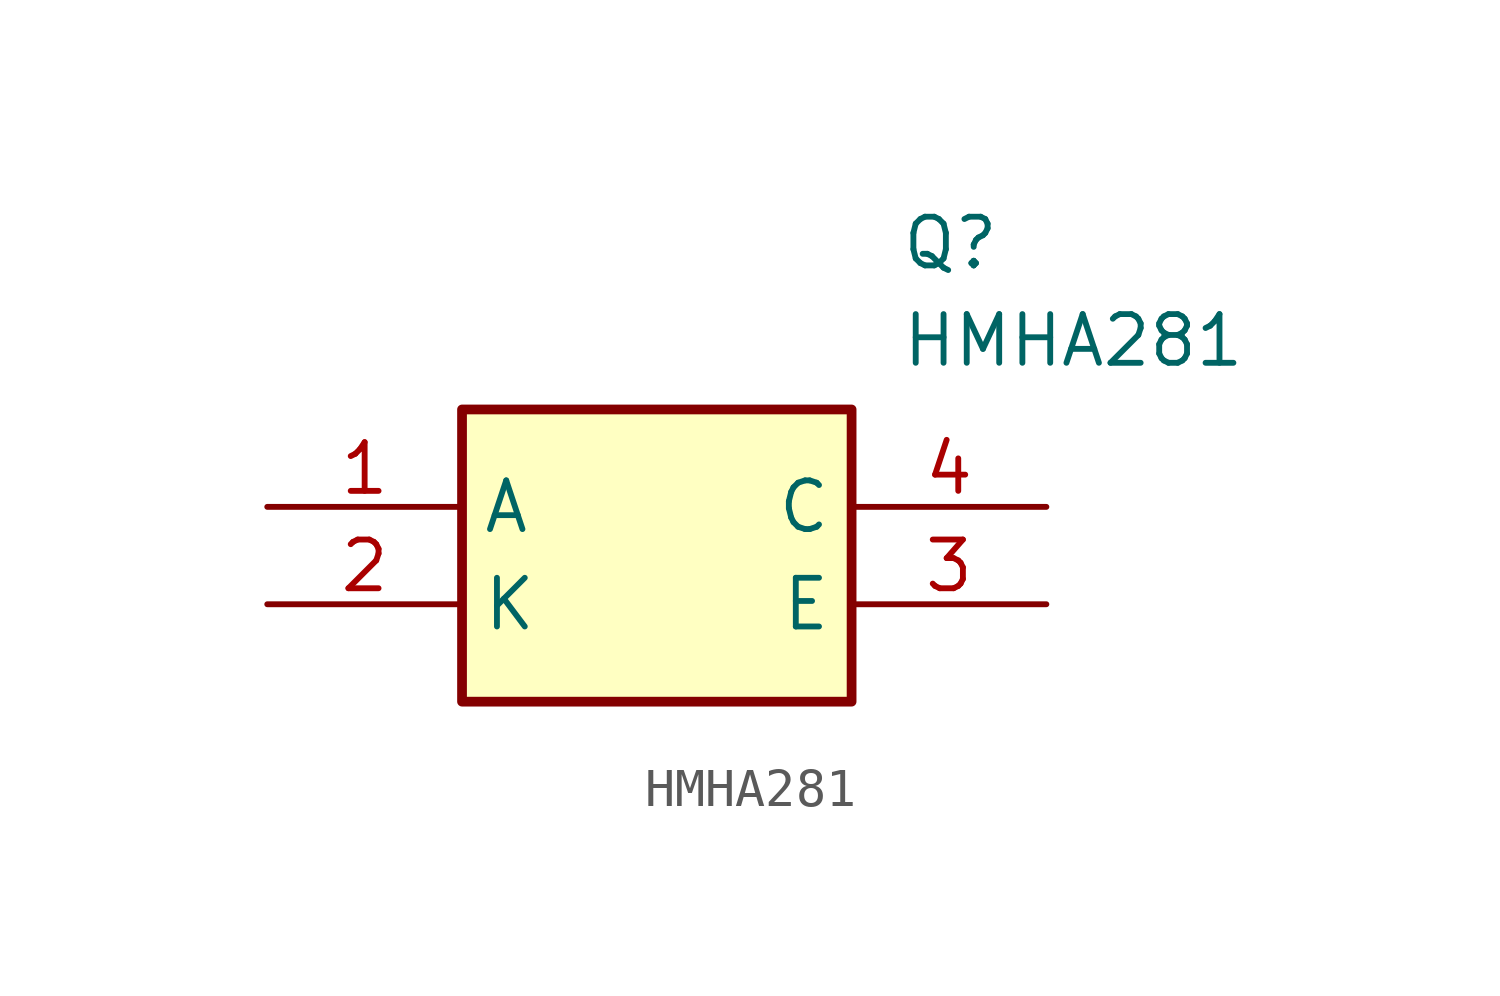
<source format=kicad_sym>
(kicad_symbol_lib
  (version 20211014)
  (generator SamacSys_ECAD_Model)
  (symbol "HMHA281"
    (property "Reference" "Q"
      (at 16.51 7.62 0)
      (effects (font (size 1.27 1.27)) (justify left top)))
    (property "Value" "HMHA281"
      (at 16.51 5.08 0)
      (effects (font (size 1.27 1.27)) (justify left top)))
    (rectangle
      (start 5.08 2.54)
      (end 15.24 -5.08)
      (stroke (width 0.254) (type default))
      (fill (type background)))
    (pin passive line
      (at 0 0 0)
      (length 5.08)
      (name "A" (effects (font (size 1.27 1.27))))
      (number "1" (effects (font (size 1.27 1.27)))))
    (pin passive line
      (at 0 -2.54 0)
      (length 5.08)
      (name "K" (effects (font (size 1.27 1.27))))
      (number "2" (effects (font (size 1.27 1.27)))))
    (pin passive line
      (at 20.32 0 180)
      (length 5.08)
      (name "C" (effects (font (size 1.27 1.27))))
      (number "4" (effects (font (size 1.27 1.27)))))
    (pin passive line
      (at 20.32 -2.54 180)
      (length 5.08)
      (name "E" (effects (font (size 1.27 1.27))))
      (number "3" (effects (font (size 1.27 1.27)))))))
</source>
